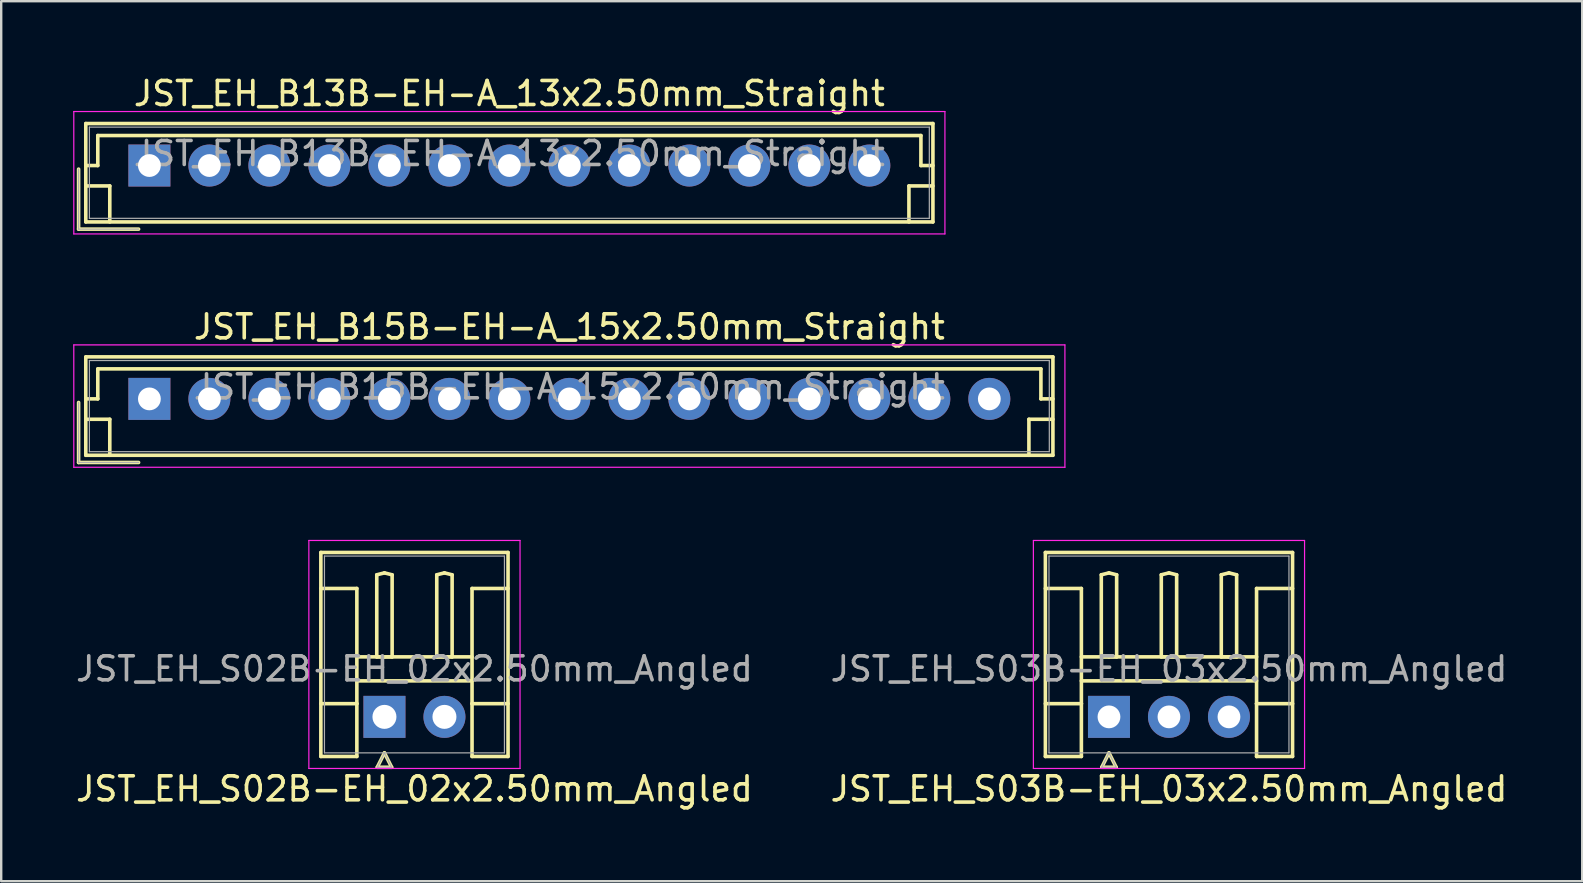
<source format=kicad_pcb>
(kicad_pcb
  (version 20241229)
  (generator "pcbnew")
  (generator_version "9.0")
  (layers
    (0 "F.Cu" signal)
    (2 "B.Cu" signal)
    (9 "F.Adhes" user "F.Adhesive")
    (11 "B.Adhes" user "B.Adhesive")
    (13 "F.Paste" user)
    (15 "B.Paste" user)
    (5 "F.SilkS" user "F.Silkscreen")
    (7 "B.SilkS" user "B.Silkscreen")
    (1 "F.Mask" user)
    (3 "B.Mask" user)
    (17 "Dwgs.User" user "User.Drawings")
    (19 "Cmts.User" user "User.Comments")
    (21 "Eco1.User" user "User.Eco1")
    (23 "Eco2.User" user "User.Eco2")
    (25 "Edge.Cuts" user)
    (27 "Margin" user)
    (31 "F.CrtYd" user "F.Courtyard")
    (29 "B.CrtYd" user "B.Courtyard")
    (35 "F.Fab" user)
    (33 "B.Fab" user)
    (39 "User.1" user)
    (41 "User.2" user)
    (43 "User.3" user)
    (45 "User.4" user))
  (footprint "JST_EH_B15B-EH-A_15x2.50mm_Straight"
    (layer "F.Cu")
    (at 3.175 13.572)
    (property "Reference" "JST_EH_B15B-EH-A_15x2.50mm_Straight" (at 17.5 -0.5 0) (layer "F.Fab") (effects (font (size 1 1) (thickness 0.15))))
    (attr through_hole)
    (fp_line (start -2.95 0.15) (end -2.95 2.65) (stroke (width 0.15) (type solid)) (layer "F.SilkS"))
    (fp_line (start -2.95 2.65) (end -0.45 2.65) (stroke (width 0.15) (type solid)) (layer "F.SilkS"))
    (fp_line (start -2.65 -1.75) (end -2.65 2.35) (stroke (width 0.15) (type solid)) (layer "F.SilkS"))
    (fp_line (start -2.65 0) (end -2.15 0) (stroke (width 0.15) (type solid)) (layer "F.SilkS"))
    (fp_line (start -2.65 0.85) (end -1.65 0.85) (stroke (width 0.15) (type solid)) (layer "F.SilkS"))
    (fp_line (start -2.65 2.35) (end 37.65 2.35) (stroke (width 0.15) (type solid)) (layer "F.SilkS"))
    (fp_line (start -2.15 -1.25) (end 37.15 -1.25) (stroke (width 0.15) (type solid)) (layer "F.SilkS"))
    (fp_line (start -2.15 0) (end -2.15 -1.25) (stroke (width 0.15) (type solid)) (layer "F.SilkS"))
    (fp_line (start -1.65 0.85) (end -1.65 2.35) (stroke (width 0.15) (type solid)) (layer "F.SilkS"))
    (fp_line (start 36.65 0.85) (end 36.65 2.35) (stroke (width 0.15) (type solid)) (layer "F.SilkS"))
    (fp_line (start 37.15 -1.25) (end 37.15 0) (stroke (width 0.15) (type solid)) (layer "F.SilkS"))
    (fp_line (start 37.15 0) (end 37.65 0) (stroke (width 0.15) (type solid)) (layer "F.SilkS"))
    (fp_line (start 37.65 -1.75) (end -2.65 -1.75) (stroke (width 0.15) (type solid)) (layer "F.SilkS"))
    (fp_line (start 37.65 0.85) (end 36.65 0.85) (stroke (width 0.15) (type solid)) (layer "F.SilkS"))
    (fp_line (start 37.65 2.35) (end 37.65 -1.75) (stroke (width 0.15) (type solid)) (layer "F.SilkS"))
    (fp_line (start -3.15 -2.25) (end -3.15 2.85) (stroke (width 0.05) (type solid)) (layer "F.CrtYd"))
    (fp_line (start -3.15 2.85) (end 38.15 2.85) (stroke (width 0.05) (type solid)) (layer "F.CrtYd"))
    (fp_line (start 38.15 -2.25) (end -3.15 -2.25) (stroke (width 0.05) (type solid)) (layer "F.CrtYd"))
    (fp_line (start 38.15 2.85) (end 38.15 -2.25) (stroke (width 0.05) (type solid)) (layer "F.CrtYd"))
    (fp_line (start -2.95 0.15) (end -2.95 2.65) (stroke (width 0.05) (type solid)) (layer "F.Fab"))
    (fp_line (start -2.95 2.65) (end -0.45 2.65) (stroke (width 0.05) (type solid)) (layer "F.Fab"))
    (fp_line (start -2.5 -1.6) (end -2.5 2.2) (stroke (width 0.05) (type solid)) (layer "F.Fab"))
    (fp_line (start -2.5 2.2) (end 37.5 2.2) (stroke (width 0.05) (type solid)) (layer "F.Fab"))
    (fp_line (start 37.5 -1.6) (end -2.5 -1.6) (stroke (width 0.05) (type solid)) (layer "F.Fab"))
    (fp_line (start 37.5 2.2) (end 37.5 -1.6) (stroke (width 0.05) (type solid)) (layer "F.Fab"))
    (fp_text user "${REFERENCE}" (at 17.5 -3 0) (layer "F.SilkS") (effects (font (size 1 1) (thickness 0.15))))
    (pad "1" thru_hole rect (at 0 0) (size 1.75 1.75) (drill 0.95) (layers "*.Cu" "*.Mask"))
    (pad "2" thru_hole circle (at 2.5 0) (size 1.75 1.75) (drill 0.95) (layers "*.Cu" "*.Mask"))
    (pad "3" thru_hole circle (at 5 0) (size 1.75 1.75) (drill 0.95) (layers "*.Cu" "*.Mask"))
    (pad "4" thru_hole circle (at 7.5 0) (size 1.75 1.75) (drill 0.95) (layers "*.Cu" "*.Mask"))
    (pad "5" thru_hole circle (at 10 0) (size 1.75 1.75) (drill 0.95) (layers "*.Cu" "*.Mask"))
    (pad "6" thru_hole circle (at 12.5 0) (size 1.75 1.75) (drill 0.95) (layers "*.Cu" "*.Mask"))
    (pad "7" thru_hole circle (at 15 0) (size 1.75 1.75) (drill 0.95) (layers "*.Cu" "*.Mask"))
    (pad "8" thru_hole circle (at 17.5 0) (size 1.75 1.75) (drill 0.95) (layers "*.Cu" "*.Mask"))
    (pad "9" thru_hole circle (at 20 0) (size 1.75 1.75) (drill 0.95) (layers "*.Cu" "*.Mask"))
    (pad "10" thru_hole circle (at 22.5 0) (size 1.75 1.75) (drill 0.95) (layers "*.Cu" "*.Mask"))
    (pad "11" thru_hole circle (at 25 0) (size 1.75 1.75) (drill 0.95) (layers "*.Cu" "*.Mask"))
    (pad "12" thru_hole circle (at 27.5 0) (size 1.75 1.75) (drill 0.95) (layers "*.Cu" "*.Mask"))
    (pad "13" thru_hole circle (at 30 0) (size 1.75 1.75) (drill 0.95) (layers "*.Cu" "*.Mask"))
    (pad "14" thru_hole circle (at 32.5 0) (size 1.75 1.75) (drill 0.95) (layers "*.Cu" "*.Mask"))
    (pad "15" thru_hole circle (at 35 0) (size 1.75 1.75) (drill 0.95) (layers "*.Cu" "*.Mask")))
  (footprint "JST_EH_B13B-EH-A_13x2.50mm_Straight"
    (layer "F.Cu")
    (at 3.175 3.848)
    (property "Reference" "JST_EH_B13B-EH-A_13x2.50mm_Straight" (at 15 -0.5 0) (layer "F.Fab") (effects (font (size 1 1) (thickness 0.15))))
    (attr through_hole)
    (fp_line (start -2.95 0.15) (end -2.95 2.65) (stroke (width 0.15) (type solid)) (layer "F.SilkS"))
    (fp_line (start -2.95 2.65) (end -0.45 2.65) (stroke (width 0.15) (type solid)) (layer "F.SilkS"))
    (fp_line (start -2.65 -1.75) (end -2.65 2.35) (stroke (width 0.15) (type solid)) (layer "F.SilkS"))
    (fp_line (start -2.65 0) (end -2.15 0) (stroke (width 0.15) (type solid)) (layer "F.SilkS"))
    (fp_line (start -2.65 0.85) (end -1.65 0.85) (stroke (width 0.15) (type solid)) (layer "F.SilkS"))
    (fp_line (start -2.65 2.35) (end 32.65 2.35) (stroke (width 0.15) (type solid)) (layer "F.SilkS"))
    (fp_line (start -2.15 -1.25) (end 32.15 -1.25) (stroke (width 0.15) (type solid)) (layer "F.SilkS"))
    (fp_line (start -2.15 0) (end -2.15 -1.25) (stroke (width 0.15) (type solid)) (layer "F.SilkS"))
    (fp_line (start -1.65 0.85) (end -1.65 2.35) (stroke (width 0.15) (type solid)) (layer "F.SilkS"))
    (fp_line (start 31.65 0.85) (end 31.65 2.35) (stroke (width 0.15) (type solid)) (layer "F.SilkS"))
    (fp_line (start 32.15 -1.25) (end 32.15 0) (stroke (width 0.15) (type solid)) (layer "F.SilkS"))
    (fp_line (start 32.15 0) (end 32.65 0) (stroke (width 0.15) (type solid)) (layer "F.SilkS"))
    (fp_line (start 32.65 -1.75) (end -2.65 -1.75) (stroke (width 0.15) (type solid)) (layer "F.SilkS"))
    (fp_line (start 32.65 0.85) (end 31.65 0.85) (stroke (width 0.15) (type solid)) (layer "F.SilkS"))
    (fp_line (start 32.65 2.35) (end 32.65 -1.75) (stroke (width 0.15) (type solid)) (layer "F.SilkS"))
    (fp_line (start -3.15 -2.25) (end -3.15 2.85) (stroke (width 0.05) (type solid)) (layer "F.CrtYd"))
    (fp_line (start -3.15 2.85) (end 33.15 2.85) (stroke (width 0.05) (type solid)) (layer "F.CrtYd"))
    (fp_line (start 33.15 -2.25) (end -3.15 -2.25) (stroke (width 0.05) (type solid)) (layer "F.CrtYd"))
    (fp_line (start 33.15 2.85) (end 33.15 -2.25) (stroke (width 0.05) (type solid)) (layer "F.CrtYd"))
    (fp_line (start -2.95 0.15) (end -2.95 2.65) (stroke (width 0.05) (type solid)) (layer "F.Fab"))
    (fp_line (start -2.95 2.65) (end -0.45 2.65) (stroke (width 0.05) (type solid)) (layer "F.Fab"))
    (fp_line (start -2.5 -1.6) (end -2.5 2.2) (stroke (width 0.05) (type solid)) (layer "F.Fab"))
    (fp_line (start -2.5 2.2) (end 32.5 2.2) (stroke (width 0.05) (type solid)) (layer "F.Fab"))
    (fp_line (start 32.5 -1.6) (end -2.5 -1.6) (stroke (width 0.05) (type solid)) (layer "F.Fab"))
    (fp_line (start 32.5 2.2) (end 32.5 -1.6) (stroke (width 0.05) (type solid)) (layer "F.Fab"))
    (fp_text user "${REFERENCE}" (at 15 -3 0) (layer "F.SilkS") (effects (font (size 1 1) (thickness 0.15))))
    (pad "1" thru_hole rect (at 0 0) (size 1.75 1.75) (drill 0.95) (layers "*.Cu" "*.Mask"))
    (pad "2" thru_hole circle (at 2.5 0) (size 1.75 1.75) (drill 0.95) (layers "*.Cu" "*.Mask"))
    (pad "3" thru_hole circle (at 5 0) (size 1.75 1.75) (drill 0.95) (layers "*.Cu" "*.Mask"))
    (pad "4" thru_hole circle (at 7.5 0) (size 1.75 1.75) (drill 0.95) (layers "*.Cu" "*.Mask"))
    (pad "5" thru_hole circle (at 10 0) (size 1.75 1.75) (drill 0.95) (layers "*.Cu" "*.Mask"))
    (pad "6" thru_hole circle (at 12.5 0) (size 1.75 1.75) (drill 0.95) (layers "*.Cu" "*.Mask"))
    (pad "7" thru_hole circle (at 15 0) (size 1.75 1.75) (drill 0.95) (layers "*.Cu" "*.Mask"))
    (pad "8" thru_hole circle (at 17.5 0) (size 1.75 1.75) (drill 0.95) (layers "*.Cu" "*.Mask"))
    (pad "9" thru_hole circle (at 20 0) (size 1.75 1.75) (drill 0.95) (layers "*.Cu" "*.Mask"))
    (pad "10" thru_hole circle (at 22.5 0) (size 1.75 1.75) (drill 0.95) (layers "*.Cu" "*.Mask"))
    (pad "11" thru_hole circle (at 25 0) (size 1.75 1.75) (drill 0.95) (layers "*.Cu" "*.Mask"))
    (pad "12" thru_hole circle (at 27.5 0) (size 1.75 1.75) (drill 0.95) (layers "*.Cu" "*.Mask"))
    (pad "13" thru_hole circle (at 30 0) (size 1.75 1.75) (drill 0.95) (layers "*.Cu" "*.Mask")))
  (footprint "JST_EH_S03B-EH_03x2.50mm_Angled"
    (layer "F.Cu")
    (at 43.161 26.822)
    (property "Reference" "JST_EH_S03B-EH_03x2.50mm_Angled" (at 2.5 -2 0) (layer "F.Fab") (effects (font (size 1 1) (thickness 0.15))))
    (attr through_hole)
    (fp_line (start -2.65 -6.85) (end 7.65 -6.85) (stroke (width 0.15) (type solid)) (layer "F.SilkS"))
    (fp_line (start -2.65 -5.35) (end -1.15 -5.35) (stroke (width 0.15) (type solid)) (layer "F.SilkS"))
    (fp_line (start -2.65 1.65) (end -2.65 -6.85) (stroke (width 0.15) (type solid)) (layer "F.SilkS"))
    (fp_line (start -1.15 -5.35) (end -1.15 -0.55) (stroke (width 0.15) (type solid)) (layer "F.SilkS"))
    (fp_line (start -1.15 -2.5) (end 6.15 -2.5) (stroke (width 0.15) (type solid)) (layer "F.SilkS"))
    (fp_line (start -1.15 -1.5) (end 6.15 -1.5) (stroke (width 0.15) (type solid)) (layer "F.SilkS"))
    (fp_line (start -1.15 -0.55) (end -2.65 -0.55) (stroke (width 0.15) (type solid)) (layer "F.SilkS"))
    (fp_line (start -1.15 -0.55) (end -1.15 1.65) (stroke (width 0.15) (type solid)) (layer "F.SilkS"))
    (fp_line (start -1.15 1.65) (end -2.65 1.65) (stroke (width 0.15) (type solid)) (layer "F.SilkS"))
    (fp_line (start -0.32 -5.92) (end 0 -6) (stroke (width 0.15) (type solid)) (layer "F.SilkS"))
    (fp_line (start -0.32 -2.5) (end -0.32 -5.92) (stroke (width 0.15) (type solid)) (layer "F.SilkS"))
    (fp_line (start -0.3 2.1) (end 0.3 2.1) (stroke (width 0.15) (type solid)) (layer "F.SilkS"))
    (fp_line (start 0 -6) (end 0.32 -5.92) (stroke (width 0.15) (type solid)) (layer "F.SilkS"))
    (fp_line (start 0 -2.5) (end -0.32 -2.5) (stroke (width 0.15) (type solid)) (layer "F.SilkS"))
    (fp_line (start 0 1.5) (end -0.3 2.1) (stroke (width 0.15) (type solid)) (layer "F.SilkS"))
    (fp_line (start 0.3 2.1) (end 0 1.5) (stroke (width 0.15) (type solid)) (layer "F.SilkS"))
    (fp_line (start 0.32 -5.92) (end 0.32 -2.5) (stroke (width 0.15) (type solid)) (layer "F.SilkS"))
    (fp_line (start 0.32 -2.5) (end 0 -2.5) (stroke (width 0.15) (type solid)) (layer "F.SilkS"))
    (fp_line (start 2.18 -5.92) (end 2.5 -6) (stroke (width 0.15) (type solid)) (layer "F.SilkS"))
    (fp_line (start 2.18 -2.5) (end 2.18 -5.92) (stroke (width 0.15) (type solid)) (layer "F.SilkS"))
    (fp_line (start 2.5 -6) (end 2.82 -5.92) (stroke (width 0.15) (type solid)) (layer "F.SilkS"))
    (fp_line (start 2.5 -2.5) (end 2.18 -2.5) (stroke (width 0.15) (type solid)) (layer "F.SilkS"))
    (fp_line (start 2.82 -5.92) (end 2.82 -2.5) (stroke (width 0.15) (type solid)) (layer "F.SilkS"))
    (fp_line (start 2.82 -2.5) (end 2.5 -2.5) (stroke (width 0.15) (type solid)) (layer "F.SilkS"))
    (fp_line (start 4.68 -5.92) (end 5 -6) (stroke (width 0.15) (type solid)) (layer "F.SilkS"))
    (fp_line (start 4.68 -2.5) (end 4.68 -5.92) (stroke (width 0.15) (type solid)) (layer "F.SilkS"))
    (fp_line (start 5 -6) (end 5.32 -5.92) (stroke (width 0.15) (type solid)) (layer "F.SilkS"))
    (fp_line (start 5 -2.5) (end 4.68 -2.5) (stroke (width 0.15) (type solid)) (layer "F.SilkS"))
    (fp_line (start 5.32 -5.92) (end 5.32 -2.5) (stroke (width 0.15) (type solid)) (layer "F.SilkS"))
    (fp_line (start 5.32 -2.5) (end 5 -2.5) (stroke (width 0.15) (type solid)) (layer "F.SilkS"))
    (fp_line (start 6.15 -5.35) (end 6.15 -0.55) (stroke (width 0.15) (type solid)) (layer "F.SilkS"))
    (fp_line (start 6.15 -0.55) (end 7.65 -0.55) (stroke (width 0.15) (type solid)) (layer "F.SilkS"))
    (fp_line (start 6.15 1.65) (end 6.15 -0.55) (stroke (width 0.15) (type solid)) (layer "F.SilkS"))
    (fp_line (start 7.65 -6.85) (end 7.65 1.65) (stroke (width 0.15) (type solid)) (layer "F.SilkS"))
    (fp_line (start 7.65 -5.35) (end 6.15 -5.35) (stroke (width 0.15) (type solid)) (layer "F.SilkS"))
    (fp_line (start 7.65 1.65) (end 6.15 1.65) (stroke (width 0.15) (type solid)) (layer "F.SilkS"))
    (fp_line (start -3.15 -7.35) (end -3.15 2.15) (stroke (width 0.05) (type solid)) (layer "F.CrtYd"))
    (fp_line (start -3.15 2.15) (end 8.15 2.15) (stroke (width 0.05) (type solid)) (layer "F.CrtYd"))
    (fp_line (start 8.15 -7.35) (end -3.15 -7.35) (stroke (width 0.05) (type solid)) (layer "F.CrtYd"))
    (fp_line (start 8.15 2.15) (end 8.15 -7.35) (stroke (width 0.05) (type solid)) (layer "F.CrtYd"))
    (fp_line (start -2.5 -6.7) (end -2.5 1.5) (stroke (width 0.05) (type solid)) (layer "F.Fab"))
    (fp_line (start -2.5 1.5) (end 7.5 1.5) (stroke (width 0.05) (type solid)) (layer "F.Fab"))
    (fp_line (start -0.3 2.1) (end 0.3 2.1) (stroke (width 0.05) (type solid)) (layer "F.Fab"))
    (fp_line (start 0 1.5) (end -0.3 2.1) (stroke (width 0.05) (type solid)) (layer "F.Fab"))
    (fp_line (start 0.3 2.1) (end 0 1.5) (stroke (width 0.05) (type solid)) (layer "F.Fab"))
    (fp_line (start 7.5 -6.7) (end -2.5 -6.7) (stroke (width 0.05) (type solid)) (layer "F.Fab"))
    (fp_line (start 7.5 1.5) (end 7.5 -6.7) (stroke (width 0.05) (type solid)) (layer "F.Fab"))
    (fp_text user "${REFERENCE}" (at 2.5 3 0) (layer "F.SilkS") (effects (font (size 1 1) (thickness 0.15))))
    (pad "1" thru_hole rect (at 0 0) (size 1.75 1.75) (drill 0.95) (layers "*.Cu" "*.Mask"))
    (pad "2" thru_hole circle (at 2.5 0) (size 1.75 1.75) (drill 0.95) (layers "*.Cu" "*.Mask"))
    (pad "3" thru_hole circle (at 5 0) (size 1.75 1.75) (drill 0.95) (layers "*.Cu" "*.Mask")))
  (footprint "JST_EH_S02B-EH_02x2.50mm_Angled"
    (layer "F.Cu")
    (at 12.97 26.822)
    (property "Reference" "JST_EH_S02B-EH_02x2.50mm_Angled" (at 1.25 -2 0) (layer "F.Fab") (effects (font (size 1 1) (thickness 0.15))))
    (attr through_hole)
    (fp_line (start -2.65 -6.85) (end 5.15 -6.85) (stroke (width 0.15) (type solid)) (layer "F.SilkS"))
    (fp_line (start -2.65 -5.35) (end -1.15 -5.35) (stroke (width 0.15) (type solid)) (layer "F.SilkS"))
    (fp_line (start -2.65 1.65) (end -2.65 -6.85) (stroke (width 0.15) (type solid)) (layer "F.SilkS"))
    (fp_line (start -1.15 -5.35) (end -1.15 -0.55) (stroke (width 0.15) (type solid)) (layer "F.SilkS"))
    (fp_line (start -1.15 -2.5) (end 3.65 -2.5) (stroke (width 0.15) (type solid)) (layer "F.SilkS"))
    (fp_line (start -1.15 -1.5) (end 3.65 -1.5) (stroke (width 0.15) (type solid)) (layer "F.SilkS"))
    (fp_line (start -1.15 -0.55) (end -2.65 -0.55) (stroke (width 0.15) (type solid)) (layer "F.SilkS"))
    (fp_line (start -1.15 -0.55) (end -1.15 1.65) (stroke (width 0.15) (type solid)) (layer "F.SilkS"))
    (fp_line (start -1.15 1.65) (end -2.65 1.65) (stroke (width 0.15) (type solid)) (layer "F.SilkS"))
    (fp_line (start -0.32 -5.92) (end 0 -6) (stroke (width 0.15) (type solid)) (layer "F.SilkS"))
    (fp_line (start -0.32 -2.5) (end -0.32 -5.92) (stroke (width 0.15) (type solid)) (layer "F.SilkS"))
    (fp_line (start -0.3 2.1) (end 0.3 2.1) (stroke (width 0.15) (type solid)) (layer "F.SilkS"))
    (fp_line (start 0 -6) (end 0.32 -5.92) (stroke (width 0.15) (type solid)) (layer "F.SilkS"))
    (fp_line (start 0 -2.5) (end -0.32 -2.5) (stroke (width 0.15) (type solid)) (layer "F.SilkS"))
    (fp_line (start 0 1.5) (end -0.3 2.1) (stroke (width 0.15) (type solid)) (layer "F.SilkS"))
    (fp_line (start 0.3 2.1) (end 0 1.5) (stroke (width 0.15) (type solid)) (layer "F.SilkS"))
    (fp_line (start 0.32 -5.92) (end 0.32 -2.5) (stroke (width 0.15) (type solid)) (layer "F.SilkS"))
    (fp_line (start 0.32 -2.5) (end 0 -2.5) (stroke (width 0.15) (type solid)) (layer "F.SilkS"))
    (fp_line (start 2.18 -5.92) (end 2.5 -6) (stroke (width 0.15) (type solid)) (layer "F.SilkS"))
    (fp_line (start 2.18 -2.5) (end 2.18 -5.92) (stroke (width 0.15) (type solid)) (layer "F.SilkS"))
    (fp_line (start 2.5 -6) (end 2.82 -5.92) (stroke (width 0.15) (type solid)) (layer "F.SilkS"))
    (fp_line (start 2.5 -2.5) (end 2.18 -2.5) (stroke (width 0.15) (type solid)) (layer "F.SilkS"))
    (fp_line (start 2.82 -5.92) (end 2.82 -2.5) (stroke (width 0.15) (type solid)) (layer "F.SilkS"))
    (fp_line (start 2.82 -2.5) (end 2.5 -2.5) (stroke (width 0.15) (type solid)) (layer "F.SilkS"))
    (fp_line (start 3.65 -5.35) (end 3.65 -0.55) (stroke (width 0.15) (type solid)) (layer "F.SilkS"))
    (fp_line (start 3.65 -0.55) (end 5.15 -0.55) (stroke (width 0.15) (type solid)) (layer "F.SilkS"))
    (fp_line (start 3.65 1.65) (end 3.65 -0.55) (stroke (width 0.15) (type solid)) (layer "F.SilkS"))
    (fp_line (start 5.15 -6.85) (end 5.15 1.65) (stroke (width 0.15) (type solid)) (layer "F.SilkS"))
    (fp_line (start 5.15 -5.35) (end 3.65 -5.35) (stroke (width 0.15) (type solid)) (layer "F.SilkS"))
    (fp_line (start 5.15 1.65) (end 3.65 1.65) (stroke (width 0.15) (type solid)) (layer "F.SilkS"))
    (fp_line (start -3.15 -7.35) (end -3.15 2.15) (stroke (width 0.05) (type solid)) (layer "F.CrtYd"))
    (fp_line (start -3.15 2.15) (end 5.65 2.15) (stroke (width 0.05) (type solid)) (layer "F.CrtYd"))
    (fp_line (start 5.65 -7.35) (end -3.15 -7.35) (stroke (width 0.05) (type solid)) (layer "F.CrtYd"))
    (fp_line (start 5.65 2.15) (end 5.65 -7.35) (stroke (width 0.05) (type solid)) (layer "F.CrtYd"))
    (fp_line (start -2.5 -6.7) (end -2.5 1.5) (stroke (width 0.05) (type solid)) (layer "F.Fab"))
    (fp_line (start -2.5 1.5) (end 5 1.5) (stroke (width 0.05) (type solid)) (layer "F.Fab"))
    (fp_line (start -0.3 2.1) (end 0.3 2.1) (stroke (width 0.05) (type solid)) (layer "F.Fab"))
    (fp_line (start 0 1.5) (end -0.3 2.1) (stroke (width 0.05) (type solid)) (layer "F.Fab"))
    (fp_line (start 0.3 2.1) (end 0 1.5) (stroke (width 0.05) (type solid)) (layer "F.Fab"))
    (fp_line (start 5 -6.7) (end -2.5 -6.7) (stroke (width 0.05) (type solid)) (layer "F.Fab"))
    (fp_line (start 5 1.5) (end 5 -6.7) (stroke (width 0.05) (type solid)) (layer "F.Fab"))
    (fp_text user "${REFERENCE}" (at 1.25 3 0) (layer "F.SilkS") (effects (font (size 1 1) (thickness 0.15))))
    (pad "1" thru_hole rect (at 0 0) (size 1.75 1.75) (drill 1) (layers "*.Cu" "*.Mask"))
    (pad "2" thru_hole circle (at 2.5 0) (size 1.75 1.75) (drill 1) (layers "*.Cu" "*.Mask")))
  (gr_rect
    (start -3 -3)
    (end 62.881 33.67)
    (stroke (width 0.1) (type default))
    (fill no)
    (layer "Edge.Cuts")))
</source>
